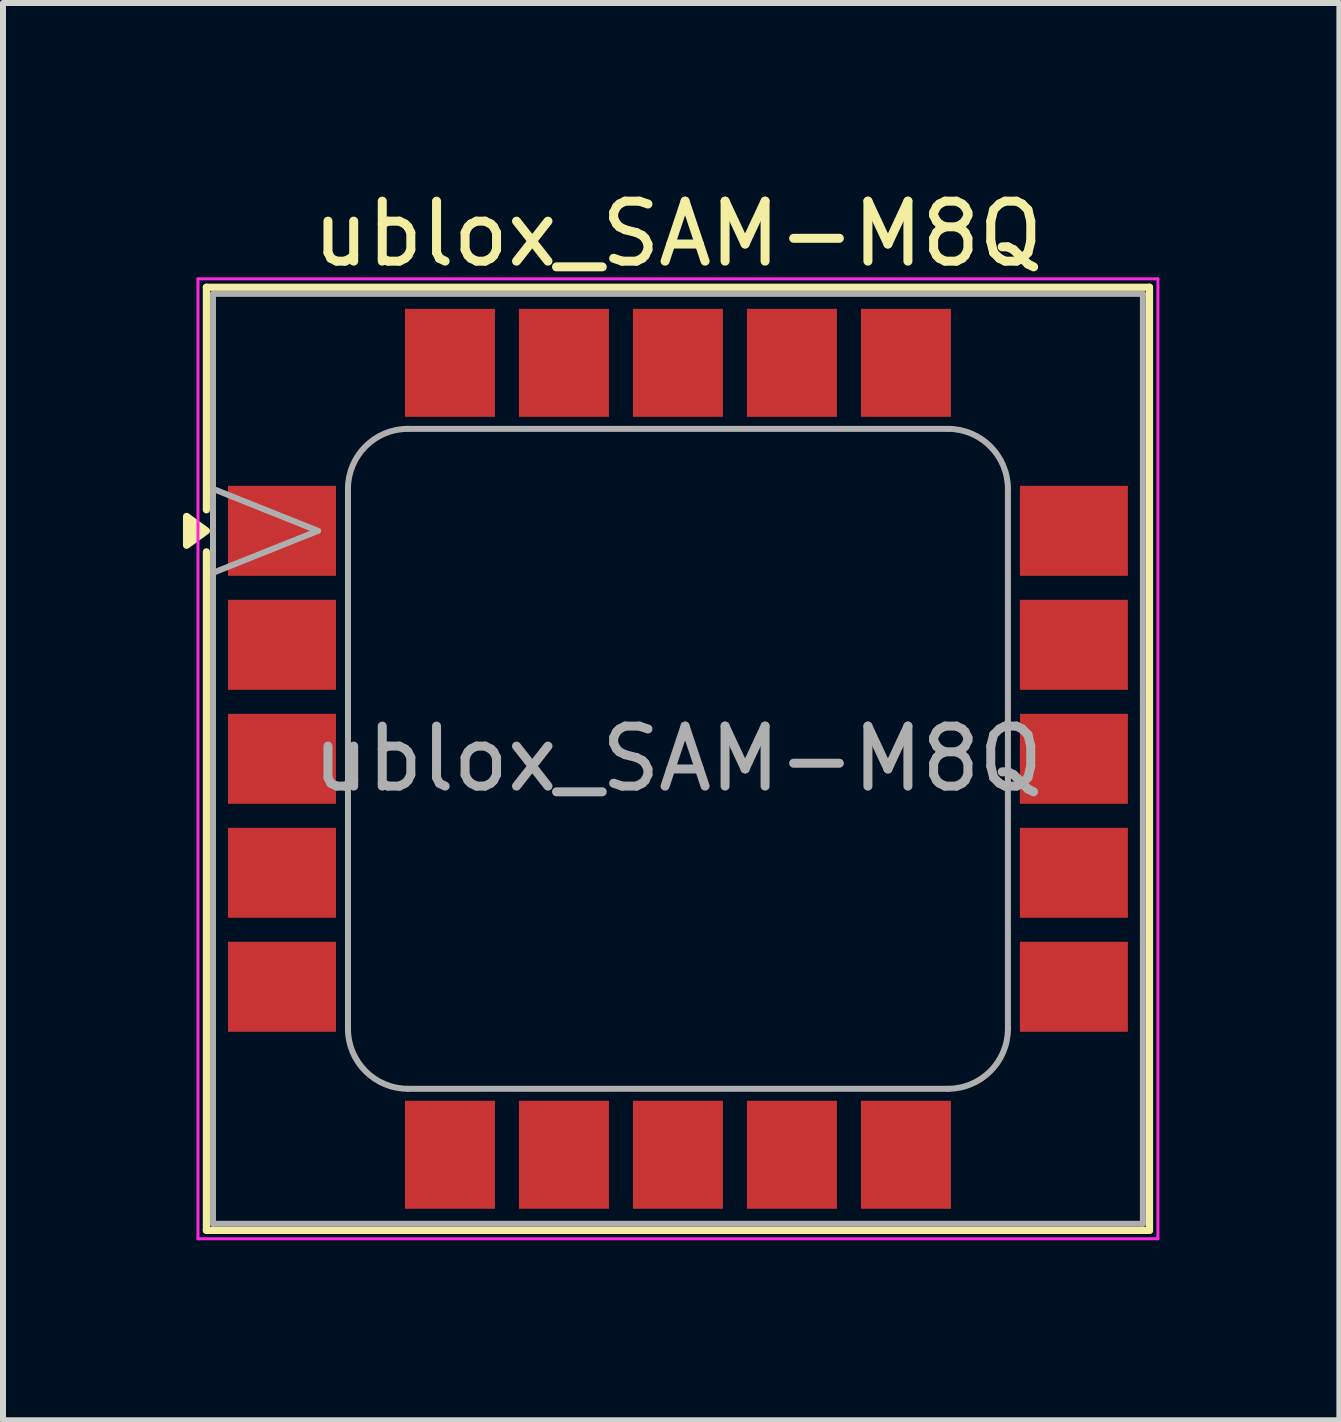
<source format=kicad_pcb>
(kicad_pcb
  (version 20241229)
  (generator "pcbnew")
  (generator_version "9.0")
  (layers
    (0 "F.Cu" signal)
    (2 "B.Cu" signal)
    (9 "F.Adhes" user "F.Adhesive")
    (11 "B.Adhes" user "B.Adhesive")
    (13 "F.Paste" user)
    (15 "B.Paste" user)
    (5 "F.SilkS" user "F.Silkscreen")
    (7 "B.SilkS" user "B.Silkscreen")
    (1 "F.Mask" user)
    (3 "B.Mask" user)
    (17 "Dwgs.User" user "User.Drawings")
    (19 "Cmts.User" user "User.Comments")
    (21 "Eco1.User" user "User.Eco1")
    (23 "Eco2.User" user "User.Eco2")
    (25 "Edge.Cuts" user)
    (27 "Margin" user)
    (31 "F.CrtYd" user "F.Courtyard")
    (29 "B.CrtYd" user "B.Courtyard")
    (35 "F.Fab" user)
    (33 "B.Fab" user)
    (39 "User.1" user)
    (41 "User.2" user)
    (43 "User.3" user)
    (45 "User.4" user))
  (footprint "ublox_SAM-M8Q"
    (layer "F.Cu")
    (at 8.25 9.598)
    (property "Reference" "ublox_SAM-M8Q" (at 0 -8.75 0) (layer "F.SilkS") (effects (font (size 1 1) (thickness 0.15))))
    (attr smd)
    (fp_line (start -7.86 -7.86) (end -7.86 -4.15) (stroke (width 0.12) (type solid)) (layer "F.SilkS"))
    (fp_line (start -7.86 -7.86) (end 7.86 -7.86) (stroke (width 0.12) (type solid)) (layer "F.SilkS"))
    (fp_line (start -7.86 -3.45) (end -7.86 7.86) (stroke (width 0.12) (type solid)) (layer "F.SilkS"))
    (fp_line (start -7.86 7.86) (end 7.86 7.86) (stroke (width 0.12) (type solid)) (layer "F.SilkS"))
    (fp_line (start 7.86 -7.86) (end 7.86 7.86) (stroke (width 0.12) (type solid)) (layer "F.SilkS"))
    (fp_poly (pts (xy -7.86 -3.8) (xy -8.19 -3.56) (xy -8.19 -4.04) (xy -7.86 -3.8)) (stroke (width 0.12) (type solid)) (fill yes) (layer "F.SilkS"))
    (fp_line (start -8 -8) (end -8 8) (stroke (width 0.05) (type solid)) (layer "F.CrtYd"))
    (fp_line (start -8 8) (end 8 8) (stroke (width 0.05) (type solid)) (layer "F.CrtYd"))
    (fp_line (start 8 -8) (end -8 -8) (stroke (width 0.05) (type solid)) (layer "F.CrtYd"))
    (fp_line (start 8 8) (end 8 -8) (stroke (width 0.05) (type solid)) (layer "F.CrtYd"))
    (fp_line (start -7.75 -7.75) (end -7.75 7.75) (stroke (width 0.1) (type solid)) (layer "F.Fab"))
    (fp_line (start -7.75 7.75) (end 7.75 7.75) (stroke (width 0.1) (type solid)) (layer "F.Fab"))
    (fp_line (start -6 -3.8) (end -7.75 -4.5) (stroke (width 0.1) (type solid)) (layer "F.Fab"))
    (fp_line (start -6 -3.8) (end -7.75 -3.1) (stroke (width 0.1) (type solid)) (layer "F.Fab"))
    (fp_line (start -5.5 -4.5) (end -5.5 4.5) (stroke (width 0.1) (type solid)) (layer "F.Fab"))
    (fp_line (start -4.5 5.5) (end 4.5 5.5) (stroke (width 0.1) (type solid)) (layer "F.Fab"))
    (fp_line (start 4.5 -5.5) (end -4.5 -5.5) (stroke (width 0.1) (type solid)) (layer "F.Fab"))
    (fp_line (start 5.5 4.5) (end 5.5 -4.5) (stroke (width 0.1) (type solid)) (layer "F.Fab"))
    (fp_line (start 7.75 -7.75) (end -7.75 -7.75) (stroke (width 0.1) (type solid)) (layer "F.Fab"))
    (fp_line (start 7.75 7.75) (end 7.75 -7.75) (stroke (width 0.1) (type solid)) (layer "F.Fab"))
    (fp_arc (start -5.5 -4.5) (mid -5.207107 -5.207107) (end -4.5 -5.5) (stroke (width 0.1) (type solid)) (layer "F.Fab"))
    (fp_arc (start -4.5 5.5) (mid -5.207107 5.207107) (end -5.5 4.5) (stroke (width 0.1) (type solid)) (layer "F.Fab"))
    (fp_arc (start 4.5 -5.5) (mid 5.207107 -5.207107) (end 5.5 -4.5) (stroke (width 0.1) (type solid)) (layer "F.Fab"))
    (fp_arc (start 5.5 4.5) (mid 5.207107 5.207107) (end 4.5 5.5) (stroke (width 0.1) (type solid)) (layer "F.Fab"))
    (fp_text user "${REFERENCE}" (at 0 0 0) (layer "F.Fab") (effects (font (size 1 1) (thickness 0.15))))
    (pad "" smd rect (at -7.1 -4.225) (size 0.72 0.58) (layers "F.Paste"))
    (pad "" smd rect (at -7.1 -3.375) (size 0.72 0.58) (layers "F.Paste"))
    (pad "" smd rect (at -7.1 -2.325) (size 0.72 0.58) (layers "F.Paste"))
    (pad "" smd rect (at -7.1 -1.475) (size 0.72 0.58) (layers "F.Paste"))
    (pad "" smd rect (at -7.1 -0.425) (size 0.72 0.58) (layers "F.Paste"))
    (pad "" smd rect (at -7.1 0.425) (size 0.72 0.58) (layers "F.Paste"))
    (pad "" smd rect (at -7.1 1.475) (size 0.72 0.58) (layers "F.Paste"))
    (pad "" smd rect (at -7.1 2.325) (size 0.72 0.58) (layers "F.Paste"))
    (pad "" smd rect (at -7.1 3.375) (size 0.72 0.58) (layers "F.Paste"))
    (pad "" smd rect (at -7.1 4.225) (size 0.72 0.58) (layers "F.Paste"))
    (pad "" smd rect (at -6.1 -4.225) (size 0.72 0.58) (layers "F.Paste"))
    (pad "" smd rect (at -6.1 -3.375) (size 0.72 0.58) (layers "F.Paste"))
    (pad "" smd rect (at -6.1 -2.325) (size 0.72 0.58) (layers "F.Paste"))
    (pad "" smd rect (at -6.1 -1.475) (size 0.72 0.58) (layers "F.Paste"))
    (pad "" smd rect (at -6.1 -0.425) (size 0.72 0.58) (layers "F.Paste"))
    (pad "" smd rect (at -6.1 0.425) (size 0.72 0.58) (layers "F.Paste"))
    (pad "" smd rect (at -6.1 1.475) (size 0.72 0.58) (layers "F.Paste"))
    (pad "" smd rect (at -6.1 2.325) (size 0.72 0.58) (layers "F.Paste"))
    (pad "" smd rect (at -6.1 3.375) (size 0.72 0.58) (layers "F.Paste"))
    (pad "" smd rect (at -6.1 4.225) (size 0.72 0.58) (layers "F.Paste"))
    (pad "" smd rect (at -4.225 -7.1) (size 0.58 0.72) (layers "F.Paste"))
    (pad "" smd rect (at -4.225 -6.1) (size 0.58 0.72) (layers "F.Paste"))
    (pad "" smd rect (at -4.225 6.1) (size 0.58 0.72) (layers "F.Paste"))
    (pad "" smd rect (at -4.225 7.1) (size 0.58 0.72) (layers "F.Paste"))
    (pad "" smd rect (at -3.375 -7.1) (size 0.58 0.72) (layers "F.Paste"))
    (pad "" smd rect (at -3.375 -6.1) (size 0.58 0.72) (layers "F.Paste"))
    (pad "" smd rect (at -3.375 6.1) (size 0.58 0.72) (layers "F.Paste"))
    (pad "" smd rect (at -3.375 7.1) (size 0.58 0.72) (layers "F.Paste"))
    (pad "" smd rect (at -2.325 -7.1) (size 0.58 0.72) (layers "F.Paste"))
    (pad "" smd rect (at -2.325 -6.1) (size 0.58 0.72) (layers "F.Paste"))
    (pad "" smd rect (at -2.325 6.1) (size 0.58 0.72) (layers "F.Paste"))
    (pad "" smd rect (at -2.325 7.1) (size 0.58 0.72) (layers "F.Paste"))
    (pad "" smd rect (at -1.475 -7.1) (size 0.58 0.72) (layers "F.Paste"))
    (pad "" smd rect (at -1.475 -6.1) (size 0.58 0.72) (layers "F.Paste"))
    (pad "" smd rect (at -1.475 6.1) (size 0.58 0.72) (layers "F.Paste"))
    (pad "" smd rect (at -1.475 7.1) (size 0.58 0.72) (layers "F.Paste"))
    (pad "" smd rect (at -0.425 -7.1) (size 0.58 0.72) (layers "F.Paste"))
    (pad "" smd rect (at -0.425 -6.1) (size 0.58 0.72) (layers "F.Paste"))
    (pad "" smd rect (at -0.425 6.1) (size 0.58 0.72) (layers "F.Paste"))
    (pad "" smd rect (at -0.425 7.1) (size 0.58 0.72) (layers "F.Paste"))
    (pad "" smd rect (at 0.425 -7.1) (size 0.58 0.72) (layers "F.Paste"))
    (pad "" smd rect (at 0.425 -6.1) (size 0.58 0.72) (layers "F.Paste"))
    (pad "" smd rect (at 0.425 6.1) (size 0.58 0.72) (layers "F.Paste"))
    (pad "" smd rect (at 0.425 7.1) (size 0.58 0.72) (layers "F.Paste"))
    (pad "" smd rect (at 1.475 -7.1) (size 0.58 0.72) (layers "F.Paste"))
    (pad "" smd rect (at 1.475 -6.1) (size 0.58 0.72) (layers "F.Paste"))
    (pad "" smd rect (at 1.475 6.1) (size 0.58 0.72) (layers "F.Paste"))
    (pad "" smd rect (at 1.475 7.1) (size 0.58 0.72) (layers "F.Paste"))
    (pad "" smd rect (at 2.325 -7.1) (size 0.58 0.72) (layers "F.Paste"))
    (pad "" smd rect (at 2.325 -6.1) (size 0.58 0.72) (layers "F.Paste"))
    (pad "" smd rect (at 2.325 6.1) (size 0.58 0.72) (layers "F.Paste"))
    (pad "" smd rect (at 2.325 7.1) (size 0.58 0.72) (layers "F.Paste"))
    (pad "" smd rect (at 3.375 -7.1) (size 0.58 0.72) (layers "F.Paste"))
    (pad "" smd rect (at 3.375 -6.1) (size 0.58 0.72) (layers "F.Paste"))
    (pad "" smd rect (at 3.375 6.1) (size 0.58 0.72) (layers "F.Paste"))
    (pad "" smd rect (at 3.375 7.1) (size 0.58 0.72) (layers "F.Paste"))
    (pad "" smd rect (at 4.225 -7.1) (size 0.58 0.72) (layers "F.Paste"))
    (pad "" smd rect (at 4.225 -6.1) (size 0.58 0.72) (layers "F.Paste"))
    (pad "" smd rect (at 4.225 6.1) (size 0.58 0.72) (layers "F.Paste"))
    (pad "" smd rect (at 4.225 7.1) (size 0.58 0.72) (layers "F.Paste"))
    (pad "" smd rect (at 6.1 -4.225) (size 0.72 0.58) (layers "F.Paste"))
    (pad "" smd rect (at 6.1 -3.375) (size 0.72 0.58) (layers "F.Paste"))
    (pad "" smd rect (at 6.1 -2.325) (size 0.72 0.58) (layers "F.Paste"))
    (pad "" smd rect (at 6.1 -1.475) (size 0.72 0.58) (layers "F.Paste"))
    (pad "" smd rect (at 6.1 -0.425) (size 0.72 0.58) (layers "F.Paste"))
    (pad "" smd rect (at 6.1 0.425) (size 0.72 0.58) (layers "F.Paste"))
    (pad "" smd rect (at 6.1 1.475) (size 0.72 0.58) (layers "F.Paste"))
    (pad "" smd rect (at 6.1 2.325) (size 0.72 0.58) (layers "F.Paste"))
    (pad "" smd rect (at 6.1 3.375) (size 0.72 0.58) (layers "F.Paste"))
    (pad "" smd rect (at 6.1 4.225) (size 0.72 0.58) (layers "F.Paste"))
    (pad "" smd rect (at 7.1 -4.225) (size 0.72 0.58) (layers "F.Paste"))
    (pad "" smd rect (at 7.1 -3.375) (size 0.72 0.58) (layers "F.Paste"))
    (pad "" smd rect (at 7.1 -2.325) (size 0.72 0.58) (layers "F.Paste"))
    (pad "" smd rect (at 7.1 -1.475) (size 0.72 0.58) (layers "F.Paste"))
    (pad "" smd rect (at 7.1 -0.425) (size 0.72 0.58) (layers "F.Paste"))
    (pad "" smd rect (at 7.1 0.425) (size 0.72 0.58) (layers "F.Paste"))
    (pad "" smd rect (at 7.1 1.475) (size 0.72 0.58) (layers "F.Paste"))
    (pad "" smd rect (at 7.1 2.325) (size 0.72 0.58) (layers "F.Paste"))
    (pad "" smd rect (at 7.1 3.375) (size 0.72 0.58) (layers "F.Paste"))
    (pad "" smd rect (at 7.1 4.225) (size 0.72 0.58) (layers "F.Paste"))
    (pad "1" smd rect (at -6.6 -3.8) (size 1.8 1.5) (layers "F.Cu" "F.Mask"))
    (pad "2" smd rect (at -6.6 -1.9) (size 1.8 1.5) (layers "F.Cu" "F.Mask"))
    (pad "3" smd rect (at -6.6 0) (size 1.8 1.5) (layers "F.Cu" "F.Mask"))
    (pad "4" smd rect (at -6.6 1.9) (size 1.8 1.5) (layers "F.Cu" "F.Mask"))
    (pad "5" smd rect (at -6.6 3.8) (size 1.8 1.5) (layers "F.Cu" "F.Mask"))
    (pad "6" smd rect (at -3.8 6.6) (size 1.5 1.8) (layers "F.Cu" "F.Mask"))
    (pad "7" smd rect (at -1.9 6.6) (size 1.5 1.8) (layers "F.Cu" "F.Mask"))
    (pad "8" smd rect (at 0 6.6) (size 1.5 1.8) (layers "F.Cu" "F.Mask"))
    (pad "9" smd rect (at 1.9 6.6) (size 1.5 1.8) (layers "F.Cu" "F.Mask"))
    (pad "10" smd rect (at 3.8 6.6) (size 1.5 1.8) (layers "F.Cu" "F.Mask"))
    (pad "11" smd rect (at 6.6 3.8) (size 1.8 1.5) (layers "F.Cu" "F.Mask"))
    (pad "12" smd rect (at 6.6 1.9) (size 1.8 1.5) (layers "F.Cu" "F.Mask"))
    (pad "13" smd rect (at 6.6 0) (size 1.8 1.5) (layers "F.Cu" "F.Mask"))
    (pad "14" smd rect (at 6.6 -1.9) (size 1.8 1.5) (layers "F.Cu" "F.Mask"))
    (pad "15" smd rect (at 6.6 -3.8) (size 1.8 1.5) (layers "F.Cu" "F.Mask"))
    (pad "16" smd rect (at 3.8 -6.6) (size 1.5 1.8) (layers "F.Cu" "F.Mask"))
    (pad "17" smd rect (at 1.9 -6.6) (size 1.5 1.8) (layers "F.Cu" "F.Mask"))
    (pad "18" smd rect (at 0 -6.6) (size 1.5 1.8) (layers "F.Cu" "F.Mask"))
    (pad "19" smd rect (at -1.9 -6.6) (size 1.5 1.8) (layers "F.Cu" "F.Mask"))
    (pad "20" smd rect (at -3.8 -6.6) (size 1.5 1.8) (layers "F.Cu" "F.Mask")))
  (gr_rect
    (start -3 -3)
    (end 19.275 20.623)
    (stroke (width 0.1) (type default))
    (fill no)
    (layer "Edge.Cuts")))
</source>
